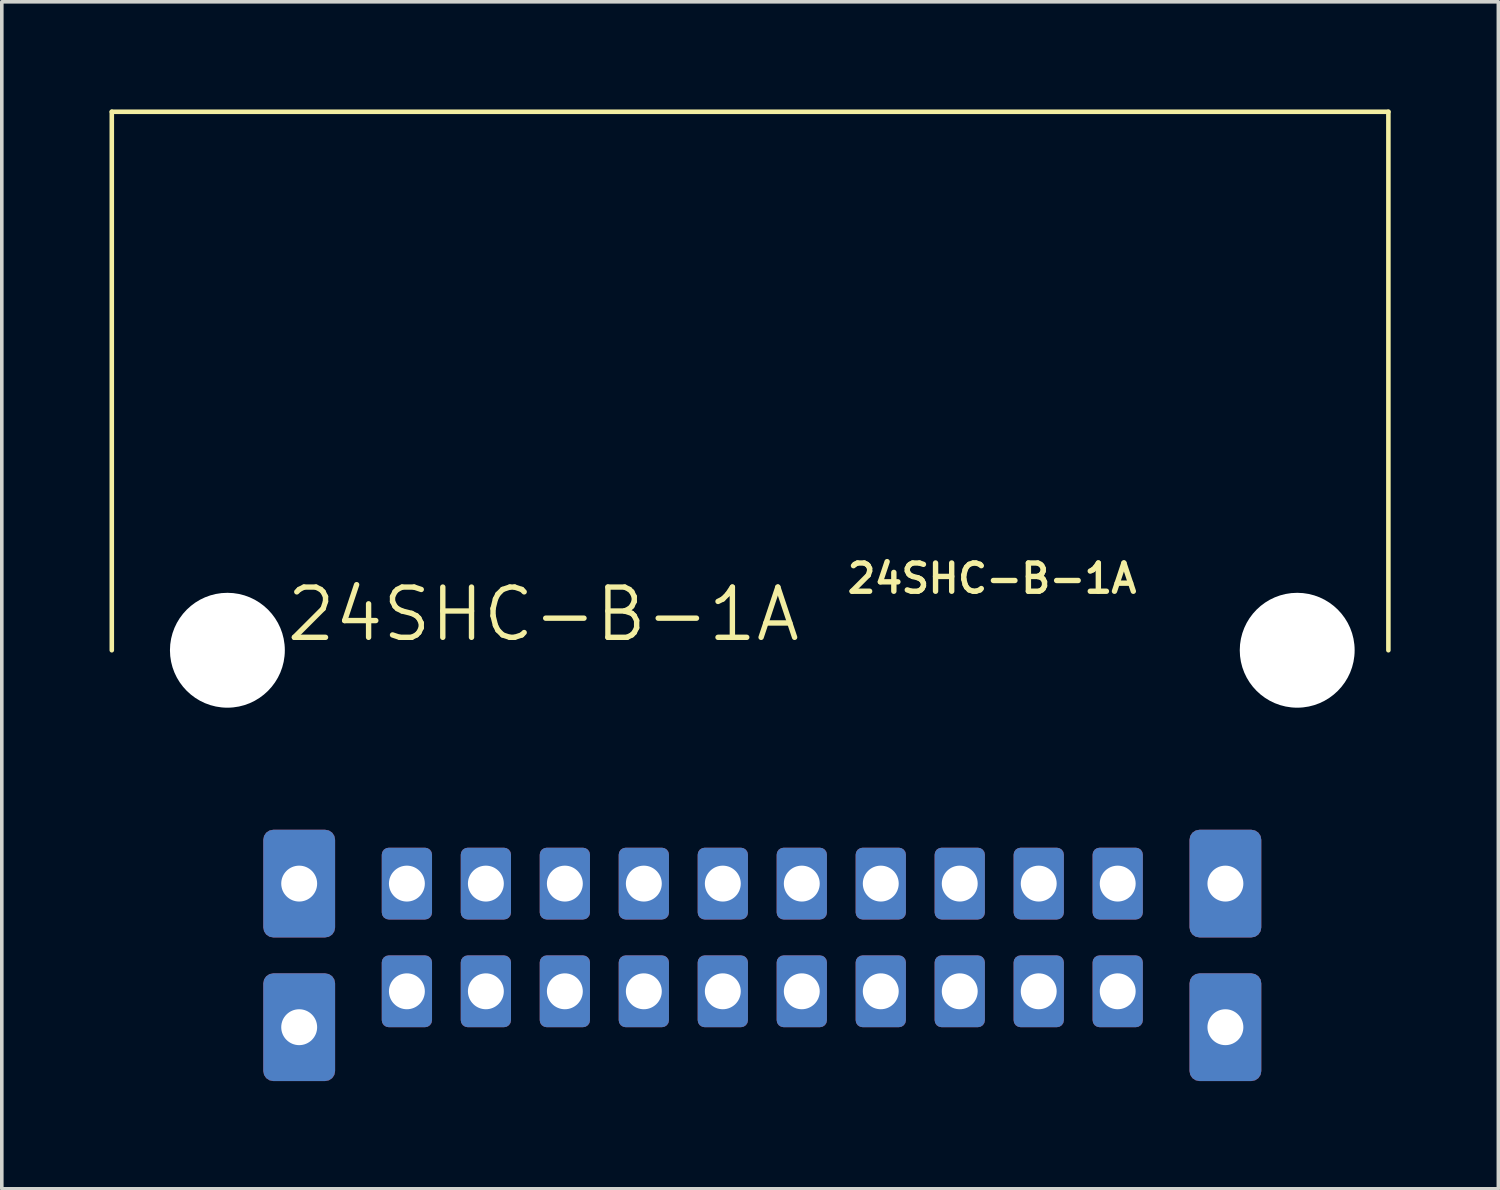
<source format=kicad_pcb>
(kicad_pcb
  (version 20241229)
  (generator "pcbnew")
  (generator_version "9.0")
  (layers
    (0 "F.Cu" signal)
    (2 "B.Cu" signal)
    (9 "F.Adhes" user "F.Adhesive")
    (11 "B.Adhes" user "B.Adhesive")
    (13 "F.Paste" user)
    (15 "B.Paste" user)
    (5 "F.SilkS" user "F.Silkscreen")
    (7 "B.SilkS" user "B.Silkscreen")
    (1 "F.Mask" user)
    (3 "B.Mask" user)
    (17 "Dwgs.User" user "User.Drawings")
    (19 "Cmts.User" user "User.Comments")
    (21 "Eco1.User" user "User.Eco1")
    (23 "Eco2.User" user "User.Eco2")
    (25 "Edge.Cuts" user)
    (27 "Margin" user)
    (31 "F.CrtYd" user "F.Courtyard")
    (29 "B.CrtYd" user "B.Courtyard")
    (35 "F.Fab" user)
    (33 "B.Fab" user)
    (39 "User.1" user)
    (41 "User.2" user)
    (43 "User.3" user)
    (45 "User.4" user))
  (footprint "24SHC-B-1A"
    (layer "F.Cu")
    (at 33.084 15.063)
    (property "Reference" "24SHC-B-1A" (at -8.5 -2 0) (layer "F.SilkS") (effects (font (size 0.787 0.787) (thickness 0.15))))
    (attr through_hole)
    (fp_line (start -33.02 -15) (end 2.54 -15) (stroke (width 0.127) (type solid)) (layer "F.SilkS"))
    (fp_line (start -33.02 0) (end -33.02 -15) (stroke (width 0.127) (type solid)) (layer "F.SilkS"))
    (fp_line (start 2.54 -15) (end 2.54 0) (stroke (width 0.127) (type solid)) (layer "F.SilkS"))
    (fp_text user "24SHC-B-1A" (at -21 -1 0) (layer "F.SilkS") (effects (font (size 1.4 1.4) (thickness 0.15))))
    (pad "" np_thru_hole circle (at -29.8 0) (size 3.2 3.2) (drill 3.2) (layers "*.Cu" "*.Mask"))
    (pad "" np_thru_hole circle (at 0 0) (size 3.2 3.2) (drill 3.2) (layers "*.Cu" "*.Mask"))
    (pad "P$2" thru_hole roundrect (at -2 6.5) (size 2 3) (drill 1) (layers "*.Cu" "*.Mask") (roundrect_rratio 0.139))
    (pad "P$3" thru_hole roundrect (at -2 10.5) (size 2 3) (drill 1) (layers "*.Cu" "*.Mask") (roundrect_rratio 0.139))
    (pad "P$4" thru_hole roundrect (at -5 6.5) (size 1.4 2) (drill 1) (layers "*.Cu" "*.Mask") (roundrect_rratio 0.139))
    (pad "P$5" thru_hole roundrect (at -5 9.5) (size 1.4 2) (drill 1) (layers "*.Cu" "*.Mask") (roundrect_rratio 0.139))
    (pad "P$6" thru_hole roundrect (at -7.2 6.5) (size 1.4 2) (drill 1) (layers "*.Cu" "*.Mask") (roundrect_rratio 0.139))
    (pad "P$7" thru_hole roundrect (at -7.2 9.5) (size 1.4 2) (drill 1) (layers "*.Cu" "*.Mask") (roundrect_rratio 0.139))
    (pad "P$8" thru_hole roundrect (at -9.4 6.5) (size 1.4 2) (drill 1) (layers "*.Cu" "*.Mask") (roundrect_rratio 0.139))
    (pad "P$9" thru_hole roundrect (at -9.4 9.5) (size 1.4 2) (drill 1) (layers "*.Cu" "*.Mask") (roundrect_rratio 0.139))
    (pad "P$10" thru_hole roundrect (at -11.6 6.5) (size 1.4 2) (drill 1) (layers "*.Cu" "*.Mask") (roundrect_rratio 0.139))
    (pad "P$11" thru_hole roundrect (at -11.6 9.5) (size 1.4 2) (drill 1) (layers "*.Cu" "*.Mask") (roundrect_rratio 0.139))
    (pad "P$12" thru_hole roundrect (at -13.8 6.5) (size 1.4 2) (drill 1) (layers "*.Cu" "*.Mask") (roundrect_rratio 0.139))
    (pad "P$13" thru_hole roundrect (at -13.8 9.5) (size 1.4 2) (drill 1) (layers "*.Cu" "*.Mask") (roundrect_rratio 0.139))
    (pad "P$14" thru_hole roundrect (at -16 6.5) (size 1.4 2) (drill 1) (layers "*.Cu" "*.Mask") (roundrect_rratio 0.139))
    (pad "P$15" thru_hole roundrect (at -16 9.5) (size 1.4 2) (drill 1) (layers "*.Cu" "*.Mask") (roundrect_rratio 0.139))
    (pad "P$16" thru_hole roundrect (at -18.2 6.5) (size 1.4 2) (drill 1) (layers "*.Cu" "*.Mask") (roundrect_rratio 0.139))
    (pad "P$17" thru_hole roundrect (at -18.2 9.5) (size 1.4 2) (drill 1) (layers "*.Cu" "*.Mask") (roundrect_rratio 0.139))
    (pad "P$18" thru_hole roundrect (at -20.4 6.5) (size 1.4 2) (drill 1) (layers "*.Cu" "*.Mask") (roundrect_rratio 0.139))
    (pad "P$19" thru_hole roundrect (at -20.4 9.5) (size 1.4 2) (drill 1) (layers "*.Cu" "*.Mask") (roundrect_rratio 0.139))
    (pad "P$20" thru_hole roundrect (at -22.6 6.5) (size 1.4 2) (drill 1) (layers "*.Cu" "*.Mask") (roundrect_rratio 0.139))
    (pad "P$21" thru_hole roundrect (at -22.6 9.5) (size 1.4 2) (drill 1) (layers "*.Cu" "*.Mask") (roundrect_rratio 0.139))
    (pad "P$22" thru_hole roundrect (at -24.8 6.5) (size 1.4 2) (drill 1) (layers "*.Cu" "*.Mask") (roundrect_rratio 0.139))
    (pad "P$23" thru_hole roundrect (at -24.8 9.5) (size 1.4 2) (drill 1) (layers "*.Cu" "*.Mask") (roundrect_rratio 0.139))
    (pad "P$24" thru_hole roundrect (at -27.8 6.5) (size 2 3) (drill 1) (layers "*.Cu" "*.Mask") (roundrect_rratio 0.139))
    (pad "P$25" thru_hole roundrect (at -27.8 10.5) (size 2 3) (drill 1) (layers "*.Cu" "*.Mask") (roundrect_rratio 0.139)))
  (gr_rect
    (start -3 -3)
    (end 38.687 30.064)
    (stroke (width 0.1) (type default))
    (fill no)
    (layer "Edge.Cuts")))
</source>
